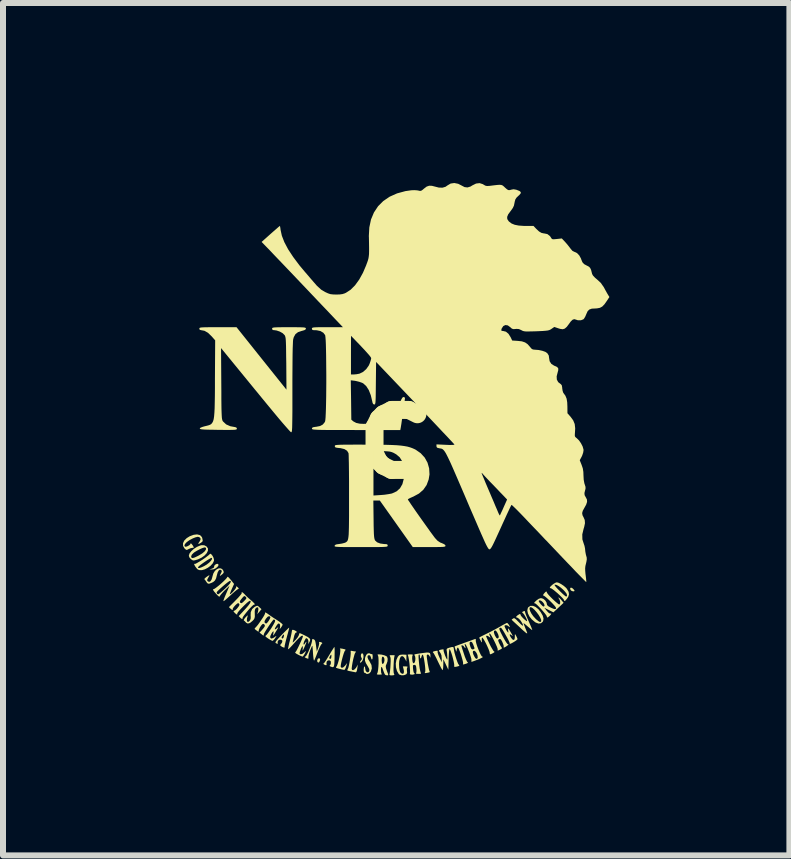
<source format=kicad_pcb>
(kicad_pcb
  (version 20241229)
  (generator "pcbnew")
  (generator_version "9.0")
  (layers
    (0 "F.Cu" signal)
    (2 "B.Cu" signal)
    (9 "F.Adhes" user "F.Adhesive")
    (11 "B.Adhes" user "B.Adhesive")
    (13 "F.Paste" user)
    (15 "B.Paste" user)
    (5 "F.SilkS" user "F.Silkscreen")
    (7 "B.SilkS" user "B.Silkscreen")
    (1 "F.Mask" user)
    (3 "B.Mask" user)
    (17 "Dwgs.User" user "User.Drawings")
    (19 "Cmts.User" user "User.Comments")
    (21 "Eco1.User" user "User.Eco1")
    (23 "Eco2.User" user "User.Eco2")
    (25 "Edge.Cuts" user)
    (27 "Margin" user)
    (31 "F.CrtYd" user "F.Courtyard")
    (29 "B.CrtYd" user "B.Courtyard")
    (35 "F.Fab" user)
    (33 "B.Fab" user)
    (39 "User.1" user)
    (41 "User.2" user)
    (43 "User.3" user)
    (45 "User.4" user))
  (footprint "c"
    (layer "F.Cu")
    (at 3.549 4.104)
    (property "Reference" "c" (at 0 0 0) (layer "F.SilkS") (effects (font (size 1.5 1.5) (thickness 0.3))))
    (attr board_only exclude_from_pos_files exclude_from_bom)
    (fp_poly (pts (xy -1.264 3.834) (xy -1.268 3.858) (xy -1.281 3.883) (xy -1.298 3.889) (xy -1.31 3.875) (xy -1.313 3.858) (xy -1.306 3.831) (xy -1.294 3.819) (xy -1.272 3.817)) (stroke (width 0) (type solid)) (fill yes) (layer "F.SilkS"))
    (fp_poly (pts (xy 2.938 2.647) (xy 2.96 2.667) (xy 2.975 2.687) (xy 2.976 2.693) (xy 2.967 2.701) (xy 2.945 2.7) (xy 2.923 2.691) (xy 2.916 2.686) (xy 2.903 2.664) (xy 2.905 2.645) (xy 2.918 2.639)) (stroke (width 0) (type solid)) (fill yes) (layer "F.SilkS"))
    (fp_poly (pts (xy -2.97 2.243) (xy -2.957 2.257) (xy -2.962 2.277) (xy -2.981 2.299) (xy -3.008 2.32) (xy -3.041 2.334) (xy -3.07 2.337) (xy -3.108 2.336) (xy -3.067 2.323) (xy -3.039 2.31) (xy -3.031 2.295) (xy -3.031 2.294) (xy -3.028 2.274) (xy -3.009 2.254) (xy -2.985 2.243)) (stroke (width 0) (type solid)) (fill yes) (layer "F.SilkS"))
    (fp_poly (pts (xy -0.548 3.744) (xy -0.541 3.771) (xy -0.542 3.806) (xy -0.552 3.843) (xy -0.556 3.851) (xy -0.573 3.876) (xy -0.589 3.89) (xy -0.599 3.887) (xy -0.6 3.881) (xy -0.593 3.866) (xy -0.58 3.85) (xy -0.567 3.829) (xy -0.573 3.811) (xy -0.575 3.809) (xy -0.585 3.784) (xy -0.584 3.757) (xy -0.573 3.737) (xy -0.563 3.733)) (stroke (width 0) (type solid)) (fill yes) (layer "F.SilkS"))
    (fp_poly (pts (xy -0.031 3.766) (xy -0.019 3.771) (xy -0.021 3.774) (xy -0.027 3.789) (xy -0.032 3.823) (xy -0.036 3.87) (xy -0.039 3.923) (xy -0.041 3.976) (xy -0.041 4.023) (xy -0.038 4.057) (xy -0.034 4.072) (xy -0.025 4.089) (xy -0.04 4.099) (xy -0.07 4.102) (xy -0.099 4.1) (xy -0.109 4.092) (xy -0.107 4.08) (xy -0.103 4.059) (xy -0.098 4.019) (xy -0.093 3.967) (xy -0.091 3.93) (xy -0.088 3.865) (xy -0.089 3.821) (xy -0.094 3.794) (xy -0.1 3.784) (xy -0.106 3.772) (xy -0.098 3.766) (xy -0.07 3.765) (xy -0.061 3.765)) (stroke (width 0) (type solid)) (fill yes) (layer "F.SilkS"))
    (fp_poly (pts (xy -0.894 3.657) (xy -0.855 3.666) (xy -0.839 3.674) (xy -0.842 3.683) (xy -0.849 3.688) (xy -0.858 3.704) (xy -0.871 3.738) (xy -0.885 3.784) (xy -0.899 3.835) (xy -0.911 3.885) (xy -0.919 3.927) (xy -0.921 3.954) (xy -0.92 3.96) (xy -0.905 3.976) (xy -0.881 3.97) (xy -0.852 3.944) (xy -0.845 3.936) (xy -0.814 3.896) (xy -0.83 3.951) (xy -0.842 3.985) (xy -0.854 4.006) (xy -0.858 4.009) (xy -0.875 4.008) (xy -0.909 4.001) (xy -0.941 3.993) (xy -0.981 3.982) (xy -0.999 3.973) (xy -1 3.964) (xy -0.995 3.96) (xy -0.983 3.941) (xy -0.969 3.904) (xy -0.955 3.856) (xy -0.943 3.802) (xy -0.933 3.75) (xy -0.928 3.705) (xy -0.927 3.674) (xy -0.93 3.665) (xy -0.935 3.655) (xy -0.925 3.653)) (stroke (width 0) (type solid)) (fill yes) (layer "F.SilkS"))
    (fp_poly (pts (xy 0.123 3.755) (xy 0.175 3.758) (xy 0.174 3.814) (xy 0.173 3.871) (xy 0.154 3.831) (xy 0.129 3.794) (xy 0.104 3.78) (xy 0.082 3.788) (xy 0.065 3.817) (xy 0.054 3.863) (xy 0.051 3.913) (xy 0.054 3.979) (xy 0.062 4.024) (xy 0.074 4.054) (xy 0.091 4.069) (xy 0.116 4.077) (xy 0.13 4.063) (xy 0.133 4.032) (xy 0.128 4.003) (xy 0.115 3.952) (xy 0.159 3.952) (xy 0.187 3.954) (xy 0.194 3.96) (xy 0.189 3.969) (xy 0.181 3.994) (xy 0.183 4.027) (xy 0.186 4.06) (xy 0.174 4.081) (xy 0.168 4.085) (xy 0.133 4.099) (xy 0.093 4.1) (xy 0.058 4.089) (xy 0.047 4.08) (xy 0.017 4.029) (xy -0.000037 3.968) (xy -0.003 3.903) (xy 0.008 3.842) (xy 0.032 3.79) (xy 0.053 3.767) (xy 0.076 3.758) (xy 0.112 3.755)) (stroke (width 0) (type solid)) (fill yes) (layer "F.SilkS"))
    (fp_poly (pts (xy 2.328 2.962) (xy 2.374 2.999) (xy 2.412 3.047) (xy 2.446 3.106) (xy 2.459 3.154) (xy 2.453 3.194) (xy 2.446 3.208) (xy 2.416 3.233) (xy 2.376 3.238) (xy 2.329 3.221) (xy 2.314 3.211) (xy 2.263 3.168) (xy 2.224 3.119) (xy 2.199 3.068) (xy 2.189 3.019) (xy 2.194 2.996) (xy 2.226 2.996) (xy 2.236 3.03) (xy 2.257 3.071) (xy 2.288 3.115) (xy 2.326 3.157) (xy 2.337 3.168) (xy 2.375 3.199) (xy 2.399 3.212) (xy 2.414 3.209) (xy 2.421 3.197) (xy 2.419 3.172) (xy 2.403 3.136) (xy 2.377 3.093) (xy 2.344 3.049) (xy 2.31 3.01) (xy 2.277 2.98) (xy 2.251 2.965) (xy 2.245 2.964) (xy 2.228 2.973) (xy 2.226 2.996) (xy 2.194 2.996) (xy 2.198 2.978) (xy 2.208 2.964) (xy 2.241 2.943) (xy 2.283 2.943)) (stroke (width 0) (type solid)) (fill yes) (layer "F.SilkS"))
    (fp_poly (pts (xy -0.734 3.694) (xy -0.7 3.7) (xy -0.683 3.702) (xy -0.667 3.704) (xy -0.67 3.714) (xy -0.678 3.724) (xy -0.688 3.744) (xy -0.699 3.782) (xy -0.712 3.832) (xy -0.723 3.885) (xy -0.732 3.937) (xy -0.737 3.979) (xy -0.738 3.993) (xy -0.73 4.012) (xy -0.712 4.014) (xy -0.689 4.001) (xy -0.666 3.976) (xy -0.659 3.964) (xy -0.636 3.921) (xy -0.643 3.976) (xy -0.651 4.021) (xy -0.66 4.044) (xy -0.672 4.051) (xy -0.673 4.051) (xy -0.689 4.047) (xy -0.721 4.041) (xy -0.744 4.036) (xy -0.786 4.028) (xy -0.807 4.021) (xy -0.812 4.013) (xy -0.806 4.002) (xy -0.804 3.999) (xy -0.795 3.979) (xy -0.785 3.94) (xy -0.775 3.89) (xy -0.766 3.836) (xy -0.758 3.784) (xy -0.754 3.741) (xy -0.754 3.714) (xy -0.754 3.712) (xy -0.756 3.694) (xy -0.741 3.692)) (stroke (width 0) (type solid)) (fill yes) (layer "F.SilkS"))
    (fp_poly (pts (xy -3.196 1.933) (xy -3.158 1.952) (xy -3.134 1.985) (xy -3.133 1.988) (xy -3.134 2.025) (xy -3.154 2.065) (xy -3.191 2.105) (xy -3.24 2.14) (xy -3.297 2.167) (xy -3.309 2.171) (xy -3.349 2.183) (xy -3.373 2.187) (xy -3.39 2.183) (xy -3.409 2.17) (xy -3.419 2.163) (xy -3.443 2.135) (xy -3.448 2.12) (xy -3.414 2.12) (xy -3.406 2.143) (xy -3.388 2.147) (xy -3.354 2.137) (xy -3.302 2.112) (xy -3.285 2.103) (xy -3.228 2.069) (xy -3.188 2.035) (xy -3.167 2.005) (xy -3.166 1.981) (xy -3.177 1.97) (xy -3.195 1.97) (xy -3.229 1.981) (xy -3.271 2) (xy -3.315 2.023) (xy -3.356 2.048) (xy -3.37 2.058) (xy -3.402 2.09) (xy -3.414 2.12) (xy -3.448 2.12) (xy -3.452 2.107) (xy -3.441 2.071) (xy -3.411 2.032) (xy -3.368 1.993) (xy -3.316 1.96) (xy -3.262 1.937) (xy -3.242 1.932)) (stroke (width 0) (type solid)) (fill yes) (layer "F.SilkS"))
    (fp_poly (pts (xy -2.29 2.953) (xy -2.273 2.969) (xy -2.241 2.998) (xy -2.276 3.041) (xy -2.312 3.083) (xy -2.298 3.036) (xy -2.292 2.997) (xy -2.297 2.972) (xy -2.313 2.966) (xy -2.335 2.98) (xy -2.348 3) (xy -2.354 3.031) (xy -2.353 3.077) (xy -2.352 3.12) (xy -2.357 3.148) (xy -2.369 3.171) (xy -2.393 3.196) (xy -2.434 3.229) (xy -2.47 3.238) (xy -2.498 3.223) (xy -2.504 3.216) (xy -2.523 3.195) (xy -2.535 3.188) (xy -2.536 3.177) (xy -2.521 3.152) (xy -2.505 3.133) (xy -2.483 3.11) (xy -2.471 3.102) (xy -2.47 3.108) (xy -2.483 3.153) (xy -2.485 3.187) (xy -2.477 3.208) (xy -2.462 3.211) (xy -2.439 3.193) (xy -2.437 3.19) (xy -2.422 3.162) (xy -2.42 3.126) (xy -2.422 3.109) (xy -2.42 3.049) (xy -2.397 2.997) (xy -2.357 2.961) (xy -2.352 2.958) (xy -2.323 2.944) (xy -2.307 2.942)) (stroke (width 0) (type solid)) (fill yes) (layer "F.SilkS"))
    (fp_poly (pts (xy -3.074 2.087) (xy -3.056 2.111) (xy -3.041 2.141) (xy -3.033 2.171) (xy -3.033 2.192) (xy -3.053 2.234) (xy -3.089 2.274) (xy -3.135 2.308) (xy -3.185 2.334) (xy -3.235 2.348) (xy -3.278 2.347) (xy -3.304 2.336) (xy -3.324 2.315) (xy -3.335 2.3) (xy -3.299 2.3) (xy -3.295 2.312) (xy -3.274 2.312) (xy -3.241 2.301) (xy -3.199 2.281) (xy -3.156 2.256) (xy -3.112 2.222) (xy -3.081 2.189) (xy -3.065 2.162) (xy -3.068 2.143) (xy -3.082 2.145) (xy -3.109 2.16) (xy -3.147 2.183) (xy -3.189 2.211) (xy -3.23 2.24) (xy -3.266 2.267) (xy -3.291 2.289) (xy -3.299 2.3) (xy -3.335 2.3) (xy -3.343 2.29) (xy -3.357 2.265) (xy -3.364 2.247) (xy -3.359 2.241) (xy -3.353 2.244) (xy -3.338 2.241) (xy -3.309 2.225) (xy -3.269 2.202) (xy -3.225 2.174) (xy -3.181 2.144) (xy -3.143 2.115) (xy -3.115 2.093) (xy -3.103 2.08) (xy -3.091 2.074)) (stroke (width 0) (type solid)) (fill yes) (layer "F.SilkS"))
    (fp_poly (pts (xy -0.431 3.74) (xy -0.41 3.748) (xy -0.401 3.746) (xy -0.392 3.751) (xy -0.388 3.779) (xy -0.388 3.789) (xy -0.391 3.824) (xy -0.399 3.838) (xy -0.409 3.83) (xy -0.417 3.802) (xy -0.429 3.773) (xy -0.45 3.764) (xy -0.45 3.764) (xy -0.47 3.773) (xy -0.475 3.797) (xy -0.463 3.832) (xy -0.438 3.872) (xy -0.408 3.929) (xy -0.402 3.986) (xy -0.419 4.04) (xy -0.441 4.066) (xy -0.47 4.078) (xy -0.496 4.075) (xy -0.507 4.064) (xy -0.522 4.057) (xy -0.526 4.059) (xy -0.533 4.052) (xy -0.537 4.027) (xy -0.538 4.009) (xy -0.535 3.975) (xy -0.529 3.955) (xy -0.525 3.952) (xy -0.516 3.963) (xy -0.513 3.987) (xy -0.506 4.021) (xy -0.49 4.044) (xy -0.47 4.052) (xy -0.452 4.042) (xy -0.444 4.026) (xy -0.445 3.996) (xy -0.467 3.954) (xy -0.471 3.948) (xy -0.501 3.898) (xy -0.516 3.858) (xy -0.516 3.82) (xy -0.511 3.796) (xy -0.494 3.758) (xy -0.47 3.736) (xy -0.443 3.733)) (stroke (width 0) (type solid)) (fill yes) (layer "F.SilkS"))
    (fp_poly (pts (xy 2.713 2.559) (xy 2.754 2.581) (xy 2.797 2.61) (xy 2.834 2.642) (xy 2.849 2.66) (xy 2.877 2.708) (xy 2.884 2.75) (xy 2.872 2.79) (xy 2.857 2.814) (xy 2.83 2.849) (xy 2.811 2.863) (xy 2.802 2.856) (xy 2.801 2.848) (xy 2.792 2.832) (xy 2.768 2.805) (xy 2.734 2.771) (xy 2.695 2.735) (xy 2.655 2.701) (xy 2.62 2.673) (xy 2.594 2.655) (xy 2.583 2.651) (xy 2.566 2.645) (xy 2.564 2.64) (xy 2.574 2.622) (xy 2.598 2.599) (xy 2.605 2.593) (xy 2.643 2.593) (xy 2.647 2.605) (xy 2.666 2.629) (xy 2.695 2.661) (xy 2.73 2.696) (xy 2.766 2.731) (xy 2.799 2.761) (xy 2.825 2.782) (xy 2.839 2.789) (xy 2.849 2.779) (xy 2.851 2.766) (xy 2.843 2.74) (xy 2.819 2.708) (xy 2.786 2.673) (xy 2.748 2.64) (xy 2.709 2.612) (xy 2.675 2.594) (xy 2.65 2.59) (xy 2.643 2.593) (xy 2.605 2.593) (xy 2.629 2.575) (xy 2.66 2.557) (xy 2.681 2.551)) (stroke (width 0) (type solid)) (fill yes) (layer "F.SilkS"))
    (fp_poly (pts (xy -2.916 2.319) (xy -2.888 2.339) (xy -2.879 2.354) (xy -2.87 2.379) (xy -2.875 2.396) (xy -2.896 2.418) (xy -2.898 2.419) (xy -2.925 2.44) (xy -2.935 2.443) (xy -2.93 2.426) (xy -2.918 2.403) (xy -2.904 2.375) (xy -2.905 2.357) (xy -2.911 2.349) (xy -2.933 2.339) (xy -2.954 2.353) (xy -2.972 2.387) (xy -2.984 2.43) (xy -2.998 2.485) (xy -3.017 2.521) (xy -3.046 2.546) (xy -3.073 2.559) (xy -3.109 2.573) (xy -3.132 2.573) (xy -3.149 2.559) (xy -3.16 2.542) (xy -3.178 2.516) (xy -3.192 2.501) (xy -3.192 2.5) (xy -3.19 2.489) (xy -3.171 2.472) (xy -3.167 2.468) (xy -3.131 2.443) (xy -3.112 2.433) (xy -3.109 2.439) (xy -3.121 2.46) (xy -3.126 2.469) (xy -3.143 2.5) (xy -3.147 2.518) (xy -3.138 2.532) (xy -3.137 2.533) (xy -3.114 2.544) (xy -3.091 2.533) (xy -3.072 2.503) (xy -3.059 2.458) (xy -3.058 2.452) (xy -3.043 2.402) (xy -3.018 2.361) (xy -2.985 2.332) (xy -2.95 2.317)) (stroke (width 0) (type solid)) (fill yes) (layer "F.SilkS"))
    (fp_poly (pts (xy -3.27 1.763) (xy -3.252 1.776) (xy -3.233 1.8) (xy -3.227 1.819) (xy -3.222 1.847) (xy -3.22 1.853) (xy -3.225 1.871) (xy -3.249 1.891) (xy -3.25 1.892) (xy -3.282 1.909) (xy -3.295 1.911) (xy -3.29 1.896) (xy -3.275 1.874) (xy -3.258 1.843) (xy -3.257 1.821) (xy -3.26 1.815) (xy -3.279 1.797) (xy -3.305 1.792) (xy -3.344 1.802) (xy -3.386 1.819) (xy -3.443 1.849) (xy -3.487 1.881) (xy -3.515 1.911) (xy -3.526 1.937) (xy -3.517 1.956) (xy -3.515 1.957) (xy -3.496 1.957) (xy -3.469 1.947) (xy -3.442 1.931) (xy -3.427 1.916) (xy -3.427 1.913) (xy -3.421 1.901) (xy -3.407 1.909) (xy -3.388 1.934) (xy -3.385 1.938) (xy -3.371 1.964) (xy -3.371 1.974) (xy -3.386 1.976) (xy -3.392 1.976) (xy -3.424 1.983) (xy -3.452 1.995) (xy -3.479 2.009) (xy -3.497 2.01) (xy -3.515 1.994) (xy -3.525 1.985) (xy -3.548 1.944) (xy -3.549 1.9) (xy -3.529 1.856) (xy -3.487 1.814) (xy -3.437 1.783) (xy -3.372 1.759) (xy -3.315 1.752)) (stroke (width 0) (type solid)) (fill yes) (layer "F.SilkS"))
    (fp_poly (pts (xy -1.781 3.319) (xy -1.789 3.351) (xy -1.801 3.398) (xy -1.817 3.455) (xy -1.819 3.464) (xy -1.835 3.523) (xy -1.847 3.573) (xy -1.855 3.609) (xy -1.856 3.628) (xy -1.856 3.628) (xy -1.857 3.638) (xy -1.873 3.637) (xy -1.897 3.627) (xy -1.91 3.618) (xy -1.929 3.602) (xy -1.927 3.59) (xy -1.921 3.585) (xy -1.903 3.561) (xy -1.895 3.543) (xy -1.895 3.52) (xy -1.914 3.508) (xy -1.944 3.508) (xy -1.966 3.524) (xy -1.973 3.55) (xy -1.972 3.554) (xy -1.969 3.573) (xy -1.979 3.575) (xy -2 3.565) (xy -2.008 3.558) (xy -2.007 3.547) (xy -1.997 3.529) (xy -1.974 3.502) (xy -1.952 3.478) (xy -1.906 3.478) (xy -1.906 3.478) (xy -1.891 3.489) (xy -1.877 3.477) (xy -1.871 3.461) (xy -1.865 3.429) (xy -1.868 3.419) (xy -1.883 3.43) (xy -1.889 3.437) (xy -1.904 3.461) (xy -1.906 3.478) (xy -1.952 3.478) (xy -1.937 3.462) (xy -1.904 3.427) (xy -1.86 3.382) (xy -1.823 3.345) (xy -1.796 3.319) (xy -1.781 3.306) (xy -1.78 3.306)) (stroke (width 0) (type solid)) (fill yes) (layer "F.SilkS"))
    (fp_poly (pts (xy -1.024 3.638) (xy -1.022 3.671) (xy -1.022 3.719) (xy -1.023 3.778) (xy -1.023 3.796) (xy -1.025 3.867) (xy -1.028 3.916) (xy -1.033 3.947) (xy -1.043 3.962) (xy -1.058 3.965) (xy -1.079 3.958) (xy -1.094 3.952) (xy -1.108 3.943) (xy -1.105 3.94) (xy -1.094 3.929) (xy -1.085 3.902) (xy -1.085 3.901) (xy -1.085 3.871) (xy -1.098 3.855) (xy -1.106 3.852) (xy -1.133 3.852) (xy -1.153 3.87) (xy -1.159 3.9) (xy -1.157 3.91) (xy -1.156 3.93) (xy -1.17 3.932) (xy -1.176 3.93) (xy -1.197 3.921) (xy -1.21 3.91) (xy -1.208 3.903) (xy -1.204 3.902) (xy -1.194 3.892) (xy -1.174 3.864) (xy -1.148 3.822) (xy -1.135 3.801) (xy -1.11 3.801) (xy -1.109 3.821) (xy -1.094 3.827) (xy -1.08 3.816) (xy -1.076 3.787) (xy -1.076 3.761) (xy -1.082 3.757) (xy -1.094 3.771) (xy -1.11 3.801) (xy -1.135 3.801) (xy -1.117 3.772) (xy -1.112 3.764) (xy -1.082 3.713) (xy -1.055 3.67) (xy -1.036 3.64) (xy -1.026 3.627) (xy -1.026 3.627)) (stroke (width 0) (type solid)) (fill yes) (layer "F.SilkS"))
    (fp_poly (pts (xy -1.372 3.5) (xy -1.358 3.509) (xy -1.347 3.526) (xy -1.34 3.556) (xy -1.332 3.605) (xy -1.332 3.609) (xy -1.319 3.707) (xy -1.296 3.642) (xy -1.285 3.602) (xy -1.279 3.57) (xy -1.281 3.557) (xy -1.281 3.544) (xy -1.265 3.545) (xy -1.26 3.546) (xy -1.233 3.556) (xy -1.227 3.566) (xy -1.24 3.58) (xy -1.241 3.58) (xy -1.253 3.598) (xy -1.271 3.633) (xy -1.292 3.681) (xy -1.308 3.721) (xy -1.328 3.773) (xy -1.346 3.817) (xy -1.359 3.846) (xy -1.364 3.856) (xy -1.369 3.849) (xy -1.374 3.822) (xy -1.379 3.779) (xy -1.382 3.744) (xy -1.385 3.69) (xy -1.389 3.645) (xy -1.392 3.616) (xy -1.393 3.608) (xy -1.399 3.613) (xy -1.41 3.637) (xy -1.426 3.675) (xy -1.431 3.687) (xy -1.447 3.734) (xy -1.457 3.774) (xy -1.46 3.801) (xy -1.459 3.803) (xy -1.458 3.821) (xy -1.473 3.822) (xy -1.48 3.82) (xy -1.507 3.809) (xy -1.521 3.797) (xy -1.518 3.79) (xy -1.511 3.789) (xy -1.498 3.778) (xy -1.481 3.749) (xy -1.46 3.708) (xy -1.44 3.659) (xy -1.421 3.61) (xy -1.407 3.565) (xy -1.399 3.53) (xy -1.398 3.518) (xy -1.396 3.498) (xy -1.382 3.497)) (stroke (width 0) (type solid)) (fill yes) (layer "F.SilkS"))
    (fp_poly (pts (xy -0.237 3.756) (xy -0.194 3.767) (xy -0.161 3.781) (xy -0.148 3.792) (xy -0.138 3.826) (xy -0.142 3.87) (xy -0.157 3.912) (xy -0.158 3.914) (xy -0.168 3.936) (xy -0.17 3.959) (xy -0.164 3.99) (xy -0.149 4.034) (xy -0.131 4.08) (xy -0.13 4.098) (xy -0.147 4.102) (xy -0.174 4.095) (xy -0.184 4.086) (xy -0.195 4.065) (xy -0.208 4.031) (xy -0.213 4.017) (xy -0.228 3.976) (xy -0.239 3.96) (xy -0.247 3.968) (xy -0.25 4) (xy -0.25 4.013) (xy -0.247 4.054) (xy -0.239 4.078) (xy -0.234 4.081) (xy -0.236 4.085) (xy -0.257 4.088) (xy -0.274 4.089) (xy -0.306 4.088) (xy -0.319 4.083) (xy -0.314 4.073) (xy -0.314 4.072) (xy -0.305 4.05) (xy -0.298 4.01) (xy -0.293 3.959) (xy -0.29 3.904) (xy -0.29 3.852) (xy -0.238 3.852) (xy -0.234 3.893) (xy -0.226 3.912) (xy -0.213 3.908) (xy -0.198 3.884) (xy -0.191 3.851) (xy -0.194 3.819) (xy -0.206 3.796) (xy -0.219 3.789) (xy -0.231 3.796) (xy -0.236 3.82) (xy -0.238 3.852) (xy -0.29 3.852) (xy -0.29 3.85) (xy -0.292 3.806) (xy -0.297 3.777) (xy -0.3 3.771) (xy -0.308 3.757) (xy -0.297 3.752) (xy -0.28 3.752)) (stroke (width 0) (type solid)) (fill yes) (layer "F.SilkS"))
    (fp_poly (pts (xy 2.15 3.036) (xy 2.151 3.045) (xy 2.156 3.064) (xy 2.169 3.1) (xy 2.189 3.148) (xy 2.213 3.203) (xy 2.214 3.204) (xy 2.237 3.258) (xy 2.256 3.302) (xy 2.268 3.334) (xy 2.272 3.347) (xy 2.272 3.347) (xy 2.262 3.342) (xy 2.238 3.323) (xy 2.205 3.294) (xy 2.197 3.288) (xy 2.164 3.259) (xy 2.139 3.239) (xy 2.127 3.232) (xy 2.126 3.232) (xy 2.13 3.247) (xy 2.142 3.278) (xy 2.157 3.317) (xy 2.173 3.356) (xy 2.184 3.385) (xy 2.189 3.398) (xy 2.181 3.402) (xy 2.16 3.388) (xy 2.123 3.356) (xy 2.101 3.336) (xy 2.058 3.295) (xy 2.012 3.253) (xy 1.978 3.222) (xy 1.95 3.196) (xy 1.932 3.178) (xy 1.928 3.172) (xy 1.94 3.163) (xy 1.953 3.154) (xy 1.966 3.148) (xy 1.981 3.153) (xy 2.003 3.171) (xy 2.037 3.205) (xy 2.039 3.207) (xy 2.08 3.249) (xy 2.107 3.271) (xy 2.118 3.273) (xy 2.115 3.255) (xy 2.106 3.236) (xy 2.08 3.193) (xy 2.052 3.16) (xy 2.026 3.141) (xy 2.018 3.139) (xy 2.002 3.133) (xy 2.007 3.118) (xy 2.03 3.098) (xy 2.032 3.097) (xy 2.06 3.08) (xy 2.073 3.079) (xy 2.076 3.092) (xy 2.076 3.094) (xy 2.084 3.109) (xy 2.104 3.133) (xy 2.13 3.159) (xy 2.157 3.182) (xy 2.177 3.196) (xy 2.185 3.197) (xy 2.184 3.183) (xy 2.173 3.155) (xy 2.156 3.122) (xy 2.138 3.091) (xy 2.121 3.069) (xy 2.116 3.065) (xy 2.102 3.053) (xy 2.11 3.042) (xy 2.114 3.039) (xy 2.139 3.028)) (stroke (width 0) (type solid)) (fill yes) (layer "F.SilkS"))
    (fp_poly (pts (xy -2.793 2.465) (xy -2.766 2.494) (xy -2.737 2.529) (xy -2.698 2.578) (xy -2.737 2.664) (xy -2.754 2.706) (xy -2.766 2.736) (xy -2.77 2.751) (xy -2.769 2.751) (xy -2.752 2.742) (xy -2.727 2.72) (xy -2.7 2.69) (xy -2.677 2.661) (xy -2.665 2.639) (xy -2.664 2.635) (xy -2.663 2.618) (xy -2.655 2.619) (xy -2.638 2.633) (xy -2.621 2.65) (xy -2.622 2.659) (xy -2.635 2.665) (xy -2.653 2.677) (xy -2.684 2.702) (xy -2.724 2.737) (xy -2.767 2.776) (xy -2.809 2.814) (xy -2.843 2.844) (xy -2.867 2.862) (xy -2.876 2.865) (xy -2.876 2.865) (xy -2.874 2.852) (xy -2.866 2.828) (xy -2.851 2.789) (xy -2.827 2.733) (xy -2.795 2.658) (xy -2.774 2.608) (xy -2.857 2.688) (xy -2.893 2.726) (xy -2.921 2.759) (xy -2.937 2.782) (xy -2.939 2.789) (xy -2.947 2.79) (xy -2.966 2.775) (xy -2.994 2.746) (xy -2.995 2.745) (xy -3.017 2.719) (xy -2.989 2.719) (xy -2.98 2.743) (xy -2.962 2.751) (xy -2.95 2.743) (xy -2.923 2.722) (xy -2.886 2.69) (xy -2.853 2.661) (xy -2.802 2.611) (xy -2.768 2.572) (xy -2.752 2.544) (xy -2.755 2.529) (xy -2.765 2.526) (xy -2.781 2.534) (xy -2.81 2.555) (xy -2.848 2.585) (xy -2.888 2.619) (xy -2.927 2.654) (xy -2.96 2.685) (xy -2.982 2.708) (xy -2.989 2.719) (xy -3.017 2.719) (xy -3.029 2.706) (xy -3.046 2.681) (xy -3.049 2.668) (xy -3.039 2.664) (xy -3.037 2.664) (xy -3.02 2.656) (xy -2.991 2.635) (xy -2.953 2.605) (xy -2.912 2.57) (xy -2.873 2.534) (xy -2.841 2.502) (xy -2.82 2.478) (xy -2.814 2.468) (xy -2.809 2.457)) (stroke (width 0) (type solid)) (fill yes) (layer "F.SilkS"))
    (fp_poly (pts (xy 0.961 3.638) (xy 0.963 3.652) (xy 0.967 3.682) (xy 0.976 3.726) (xy 0.99 3.776) (xy 1.006 3.828) (xy 1.022 3.874) (xy 1.036 3.908) (xy 1.046 3.923) (xy 1.057 3.935) (xy 1.05 3.945) (xy 1.021 3.954) (xy 1.005 3.957) (xy 0.979 3.961) (xy 0.97 3.954) (xy 0.971 3.937) (xy 0.97 3.913) (xy 0.963 3.875) (xy 0.952 3.828) (xy 0.939 3.778) (xy 0.924 3.731) (xy 0.91 3.692) (xy 0.899 3.668) (xy 0.894 3.664) (xy 0.889 3.676) (xy 0.884 3.709) (xy 0.881 3.759) (xy 0.878 3.821) (xy 0.878 3.836) (xy 0.873 4.008) (xy 0.832 3.921) (xy 0.79 3.833) (xy 0.789 3.924) (xy 0.787 3.968) (xy 0.783 4) (xy 0.778 4.014) (xy 0.777 4.014) (xy 0.768 4.004) (xy 0.751 3.975) (xy 0.729 3.931) (xy 0.703 3.878) (xy 0.701 3.874) (xy 0.675 3.819) (xy 0.651 3.773) (xy 0.633 3.74) (xy 0.622 3.725) (xy 0.621 3.724) (xy 0.613 3.713) (xy 0.626 3.703) (xy 0.661 3.694) (xy 0.688 3.691) (xy 0.696 3.697) (xy 0.694 3.704) (xy 0.695 3.724) (xy 0.706 3.759) (xy 0.724 3.801) (xy 0.725 3.803) (xy 0.763 3.883) (xy 0.763 3.819) (xy 0.758 3.767) (xy 0.742 3.729) (xy 0.736 3.722) (xy 0.719 3.697) (xy 0.718 3.684) (xy 0.737 3.676) (xy 0.76 3.671) (xy 0.787 3.667) (xy 0.795 3.673) (xy 0.793 3.68) (xy 0.795 3.698) (xy 0.804 3.729) (xy 0.817 3.767) (xy 0.832 3.802) (xy 0.846 3.829) (xy 0.855 3.839) (xy 0.857 3.828) (xy 0.856 3.8) (xy 0.854 3.762) (xy 0.851 3.723) (xy 0.846 3.69) (xy 0.844 3.682) (xy 0.845 3.663) (xy 0.86 3.65) (xy 0.887 3.641) (xy 0.928 3.63) (xy 0.951 3.629)) (stroke (width 0) (type solid)) (fill yes) (layer "F.SilkS"))
    (fp_poly (pts (xy 2.514 2.717) (xy 2.522 2.733) (xy 2.544 2.761) (xy 2.576 2.795) (xy 2.613 2.832) (xy 2.651 2.867) (xy 2.685 2.896) (xy 2.711 2.916) (xy 2.725 2.921) (xy 2.725 2.921) (xy 2.737 2.9) (xy 2.736 2.868) (xy 2.723 2.834) (xy 2.719 2.829) (xy 2.707 2.808) (xy 2.709 2.803) (xy 2.723 2.812) (xy 2.745 2.834) (xy 2.757 2.848) (xy 2.794 2.892) (xy 2.709 2.972) (xy 2.624 3.051) (xy 2.548 3.013) (xy 2.472 2.974) (xy 2.513 3.026) (xy 2.541 3.056) (xy 2.564 3.071) (xy 2.572 3.071) (xy 2.587 3.07) (xy 2.585 3.082) (xy 2.567 3.105) (xy 2.56 3.112) (xy 2.533 3.134) (xy 2.518 3.137) (xy 2.514 3.12) (xy 2.514 3.119) (xy 2.506 3.102) (xy 2.484 3.072) (xy 2.453 3.035) (xy 2.418 2.995) (xy 2.382 2.957) (xy 2.35 2.925) (xy 2.327 2.906) (xy 2.318 2.901) (xy 2.304 2.899) (xy 2.306 2.888) (xy 2.326 2.867) (xy 2.327 2.866) (xy 2.379 2.866) (xy 2.392 2.888) (xy 2.415 2.917) (xy 2.444 2.947) (xy 2.465 2.956) (xy 2.475 2.944) (xy 2.476 2.934) (xy 2.467 2.908) (xy 2.445 2.879) (xy 2.419 2.858) (xy 2.4 2.851) (xy 2.382 2.854) (xy 2.379 2.866) (xy 2.327 2.866) (xy 2.342 2.852) (xy 2.38 2.825) (xy 2.416 2.814) (xy 2.417 2.814) (xy 2.454 2.825) (xy 2.487 2.852) (xy 2.509 2.887) (xy 2.514 2.91) (xy 2.519 2.929) (xy 2.537 2.948) (xy 2.573 2.968) (xy 2.582 2.973) (xy 2.623 2.991) (xy 2.649 2.998) (xy 2.664 2.993) (xy 2.666 2.991) (xy 2.669 2.981) (xy 2.661 2.964) (xy 2.64 2.937) (xy 2.603 2.897) (xy 2.576 2.87) (xy 2.531 2.827) (xy 2.493 2.794) (xy 2.466 2.774) (xy 2.454 2.77) (xy 2.45 2.766) (xy 2.46 2.748) (xy 2.466 2.739) (xy 2.493 2.71) (xy 2.509 2.703)) (stroke (width 0) (type solid)) (fill yes) (layer "F.SilkS"))
    (fp_poly (pts (xy -2.564 2.715) (xy -2.546 2.727) (xy -2.525 2.747) (xy -2.524 2.748) (xy -2.5 2.774) (xy -2.464 2.808) (xy -2.424 2.843) (xy -2.423 2.844) (xy -2.388 2.874) (xy -2.363 2.9) (xy -2.351 2.915) (xy -2.351 2.916) (xy -2.359 2.923) (xy -2.362 2.921) (xy -2.375 2.927) (xy -2.399 2.948) (xy -2.43 2.98) (xy -2.464 3.018) (xy -2.498 3.059) (xy -2.528 3.097) (xy -2.549 3.127) (xy -2.558 3.146) (xy -2.558 3.148) (xy -2.557 3.163) (xy -2.571 3.16) (xy -2.594 3.141) (xy -2.596 3.139) (xy -2.621 3.114) (xy -2.559 3.048) (xy -2.501 2.985) (xy -2.46 2.937) (xy -2.434 2.902) (xy -2.422 2.878) (xy -2.423 2.863) (xy -2.424 2.861) (xy -2.435 2.858) (xy -2.454 2.869) (xy -2.484 2.893) (xy -2.526 2.933) (xy -2.545 2.952) (xy -2.586 2.994) (xy -2.619 3.031) (xy -2.64 3.059) (xy -2.646 3.073) (xy -2.646 3.073) (xy -2.645 3.088) (xy -2.657 3.085) (xy -2.68 3.067) (xy -2.689 3.058) (xy -2.706 3.037) (xy -2.706 3.028) (xy -2.698 3.026) (xy -2.68 3.017) (xy -2.654 2.994) (xy -2.639 2.976) (xy -2.616 2.945) (xy -2.608 2.924) (xy -2.613 2.909) (xy -2.615 2.907) (xy -2.626 2.898) (xy -2.64 2.901) (xy -2.663 2.92) (xy -2.679 2.935) (xy -2.704 2.964) (xy -2.719 2.988) (xy -2.721 2.998) (xy -2.72 3.012) (xy -2.733 3.009) (xy -2.758 2.989) (xy -2.784 2.964) (xy -2.696 2.876) (xy -2.602 2.876) (xy -2.599 2.886) (xy -2.585 2.898) (xy -2.572 2.898) (xy -2.551 2.883) (xy -2.526 2.858) (xy -2.501 2.831) (xy -2.492 2.814) (xy -2.497 2.801) (xy -2.505 2.792) (xy -2.519 2.781) (xy -2.532 2.781) (xy -2.549 2.797) (xy -2.569 2.82) (xy -2.595 2.854) (xy -2.602 2.876) (xy -2.696 2.876) (xy -2.673 2.852) (xy -2.631 2.809) (xy -2.598 2.771) (xy -2.576 2.743) (xy -2.569 2.728) (xy -2.569 2.727) (xy -2.574 2.714)) (stroke (width 0) (type solid)) (fill yes) (layer "F.SilkS"))
    (fp_poly (pts (xy -1.694 3.349) (xy -1.683 3.354) (xy -1.658 3.369) (xy -1.651 3.382) (xy -1.664 3.389) (xy -1.668 3.389) (xy -1.68 3.401) (xy -1.693 3.433) (xy -1.7 3.461) (xy -1.71 3.503) (xy -1.718 3.537) (xy -1.722 3.552) (xy -1.718 3.553) (xy -1.7 3.538) (xy -1.674 3.511) (xy -1.671 3.508) (xy -1.641 3.472) (xy -1.621 3.438) (xy -1.614 3.417) (xy -1.612 3.404) (xy -1.606 3.399) (xy -1.591 3.402) (xy -1.562 3.415) (xy -1.519 3.436) (xy -1.469 3.462) (xy -1.44 3.484) (xy -1.429 3.504) (xy -1.433 3.527) (xy -1.446 3.552) (xy -1.465 3.583) (xy -1.459 3.548) (xy -1.461 3.519) (xy -1.472 3.495) (xy -1.488 3.482) (xy -1.502 3.485) (xy -1.513 3.503) (xy -1.528 3.533) (xy -1.532 3.542) (xy -1.541 3.573) (xy -1.538 3.589) (xy -1.527 3.585) (xy -1.513 3.563) (xy -1.5 3.545) (xy -1.493 3.543) (xy -1.495 3.556) (xy -1.506 3.585) (xy -1.523 3.625) (xy -1.524 3.628) (xy -1.543 3.668) (xy -1.553 3.686) (xy -1.557 3.685) (xy -1.555 3.667) (xy -1.554 3.661) (xy -1.552 3.631) (xy -1.554 3.615) (xy -1.556 3.614) (xy -1.566 3.625) (xy -1.58 3.651) (xy -1.593 3.684) (xy -1.604 3.716) (xy -1.607 3.737) (xy -1.606 3.74) (xy -1.587 3.751) (xy -1.559 3.743) (xy -1.531 3.721) (xy -1.511 3.702) (xy -1.501 3.695) (xy -1.501 3.696) (xy -1.507 3.715) (xy -1.521 3.743) (xy -1.538 3.77) (xy -1.552 3.787) (xy -1.556 3.789) (xy -1.574 3.783) (xy -1.606 3.769) (xy -1.63 3.757) (xy -1.664 3.738) (xy -1.679 3.725) (xy -1.677 3.714) (xy -1.672 3.71) (xy -1.661 3.694) (xy -1.643 3.661) (xy -1.621 3.617) (xy -1.598 3.568) (xy -1.577 3.521) (xy -1.56 3.481) (xy -1.551 3.455) (xy -1.551 3.45) (xy -1.558 3.438) (xy -1.578 3.446) (xy -1.612 3.474) (xy -1.658 3.522) (xy -1.691 3.559) (xy -1.73 3.603) (xy -1.763 3.638) (xy -1.786 3.66) (xy -1.798 3.667) (xy -1.798 3.667) (xy -1.797 3.65) (xy -1.79 3.615) (xy -1.78 3.567) (xy -1.77 3.529) (xy -1.756 3.472) (xy -1.745 3.422) (xy -1.738 3.385) (xy -1.736 3.371) (xy -1.731 3.347) (xy -1.719 3.341)) (stroke (width 0) (type solid)) (fill yes) (layer "F.SilkS"))
    (fp_poly (pts (xy 0.546 3.722) (xy 0.565 3.731) (xy 0.573 3.75) (xy 0.574 3.777) (xy 0.574 3.808) (xy 0.56 3.78) (xy 0.543 3.758) (xy 0.525 3.753) (xy 0.514 3.765) (xy 0.513 3.774) (xy 0.515 3.809) (xy 0.522 3.855) (xy 0.53 3.907) (xy 0.54 3.957) (xy 0.549 4) (xy 0.558 4.03) (xy 0.563 4.04) (xy 0.563 4.048) (xy 0.542 4.055) (xy 0.537 4.056) (xy 0.499 4.063) (xy 0.481 4.063) (xy 0.48 4.056) (xy 0.485 4.049) (xy 0.489 4.031) (xy 0.489 3.997) (xy 0.485 3.951) (xy 0.479 3.9) (xy 0.471 3.849) (xy 0.463 3.804) (xy 0.454 3.771) (xy 0.446 3.756) (xy 0.444 3.756) (xy 0.432 3.77) (xy 0.427 3.784) (xy 0.418 3.812) (xy 0.408 3.82) (xy 0.401 3.807) (xy 0.4 3.792) (xy 0.397 3.764) (xy 0.388 3.752) (xy 0.388 3.752) (xy 0.38 3.757) (xy 0.376 3.775) (xy 0.377 3.809) (xy 0.381 3.862) (xy 0.388 3.932) (xy 0.395 3.984) (xy 0.404 4.027) (xy 0.412 4.055) (xy 0.415 4.061) (xy 0.418 4.071) (xy 0.405 4.076) (xy 0.374 4.077) (xy 0.344 4.075) (xy 0.331 4.07) (xy 0.333 4.067) (xy 0.341 4.048) (xy 0.342 4.009) (xy 0.341 3.993) (xy 0.336 3.954) (xy 0.328 3.934) (xy 0.315 3.927) (xy 0.307 3.927) (xy 0.291 3.929) (xy 0.283 3.939) (xy 0.283 3.963) (xy 0.285 3.993) (xy 0.29 4.03) (xy 0.297 4.056) (xy 0.302 4.062) (xy 0.314 4.073) (xy 0.306 4.083) (xy 0.282 4.089) (xy 0.269 4.09) (xy 0.24 4.087) (xy 0.231 4.077) (xy 0.233 4.072) (xy 0.235 4.05) (xy 0.234 4.01) (xy 0.23 3.959) (xy 0.225 3.904) (xy 0.218 3.851) (xy 0.21 3.806) (xy 0.203 3.777) (xy 0.2 3.77) (xy 0.194 3.759) (xy 0.204 3.753) (xy 0.235 3.752) (xy 0.238 3.752) (xy 0.27 3.753) (xy 0.281 3.759) (xy 0.278 3.767) (xy 0.271 3.789) (xy 0.27 3.825) (xy 0.272 3.843) (xy 0.278 3.88) (xy 0.287 3.897) (xy 0.299 3.899) (xy 0.312 3.885) (xy 0.321 3.856) (xy 0.324 3.821) (xy 0.32 3.788) (xy 0.312 3.77) (xy 0.306 3.762) (xy 0.307 3.755) (xy 0.318 3.75) (xy 0.342 3.745) (xy 0.384 3.738) (xy 0.447 3.729) (xy 0.456 3.728) (xy 0.511 3.721)) (stroke (width 0) (type solid)) (fill yes) (layer "F.SilkS"))
    (fp_poly (pts (xy 1.33 3.51) (xy 1.33 3.513) (xy 1.331 3.536) (xy 1.34 3.574) (xy 1.355 3.62) (xy 1.374 3.67) (xy 1.394 3.718) (xy 1.413 3.757) (xy 1.429 3.783) (xy 1.437 3.789) (xy 1.45 3.793) (xy 1.44 3.803) (xy 1.41 3.819) (xy 1.361 3.84) (xy 1.347 3.845) (xy 1.305 3.861) (xy 1.274 3.872) (xy 1.259 3.877) (xy 1.258 3.877) (xy 1.257 3.866) (xy 1.258 3.849) (xy 1.256 3.825) (xy 1.245 3.787) (xy 1.229 3.74) (xy 1.223 3.722) (xy 1.281 3.722) (xy 1.29 3.753) (xy 1.306 3.787) (xy 1.323 3.814) (xy 1.34 3.827) (xy 1.341 3.827) (xy 1.36 3.817) (xy 1.363 3.801) (xy 1.358 3.763) (xy 1.343 3.729) (xy 1.324 3.703) (xy 1.304 3.69) (xy 1.286 3.696) (xy 1.283 3.7) (xy 1.281 3.722) (xy 1.223 3.722) (xy 1.21 3.69) (xy 1.191 3.643) (xy 1.172 3.605) (xy 1.158 3.583) (xy 1.154 3.58) (xy 1.144 3.581) (xy 1.147 3.599) (xy 1.151 3.609) (xy 1.159 3.637) (xy 1.156 3.649) (xy 1.146 3.64) (xy 1.139 3.628) (xy 1.121 3.607) (xy 1.106 3.602) (xy 1.097 3.601) (xy 1.092 3.602) (xy 1.091 3.609) (xy 1.095 3.626) (xy 1.104 3.656) (xy 1.12 3.704) (xy 1.131 3.738) (xy 1.149 3.792) (xy 1.167 3.836) (xy 1.182 3.867) (xy 1.189 3.878) (xy 1.2 3.887) (xy 1.196 3.895) (xy 1.172 3.906) (xy 1.153 3.912) (xy 1.126 3.92) (xy 1.116 3.917) (xy 1.119 3.904) (xy 1.118 3.884) (xy 1.11 3.848) (xy 1.097 3.802) (xy 1.082 3.752) (xy 1.065 3.705) (xy 1.05 3.666) (xy 1.037 3.642) (xy 1.032 3.637) (xy 1.021 3.646) (xy 1.013 3.671) (xy 1.013 3.671) (xy 1.006 3.708) (xy 0.991 3.665) (xy 0.981 3.637) (xy 0.978 3.62) (xy 0.979 3.619) (xy 0.991 3.614) (xy 1.023 3.602) (xy 1.069 3.585) (xy 1.092 3.577) (xy 1.227 3.577) (xy 1.239 3.621) (xy 1.243 3.633) (xy 1.258 3.661) (xy 1.275 3.67) (xy 1.288 3.668) (xy 1.307 3.657) (xy 1.309 3.647) (xy 1.302 3.627) (xy 1.29 3.594) (xy 1.287 3.586) (xy 1.269 3.551) (xy 1.248 3.539) (xy 1.23 3.549) (xy 1.227 3.577) (xy 1.092 3.577) (xy 1.125 3.565) (xy 1.138 3.56) (xy 1.198 3.539) (xy 1.251 3.52) (xy 1.291 3.505) (xy 1.314 3.497) (xy 1.315 3.496) (xy 1.33 3.494)) (stroke (width 0) (type solid)) (fill yes) (layer "F.SilkS"))
    (fp_poly (pts (xy -2.166 3.057) (xy -2.133 3.078) (xy -2.123 3.086) (xy -2.091 3.109) (xy -2.047 3.139) (xy -1.997 3.171) (xy -1.983 3.18) (xy -1.941 3.208) (xy -1.909 3.233) (xy -1.891 3.25) (xy -1.889 3.255) (xy -1.896 3.275) (xy -1.914 3.302) (xy -1.914 3.302) (xy -1.938 3.333) (xy -1.931 3.295) (xy -1.932 3.257) (xy -1.942 3.241) (xy -1.955 3.236) (xy -1.97 3.245) (xy -1.991 3.273) (xy -1.994 3.278) (xy -2.015 3.313) (xy -2.02 3.333) (xy -2.01 3.335) (xy -1.987 3.318) (xy -1.981 3.313) (xy -1.966 3.3) (xy -1.962 3.301) (xy -1.969 3.317) (xy -1.989 3.352) (xy -1.995 3.361) (xy -2.018 3.399) (xy -2.036 3.427) (xy -2.046 3.439) (xy -2.046 3.439) (xy -2.047 3.429) (xy -2.043 3.403) (xy -2.043 3.402) (xy -2.039 3.373) (xy -2.045 3.367) (xy -2.06 3.383) (xy -2.076 3.408) (xy -2.095 3.449) (xy -2.094 3.477) (xy -2.078 3.488) (xy -2.047 3.48) (xy -2.02 3.462) (xy -1.998 3.446) (xy -1.992 3.445) (xy -1.999 3.459) (xy -2.024 3.497) (xy -2.047 3.521) (xy -2.059 3.527) (xy -2.074 3.52) (xy -2.104 3.504) (xy -2.131 3.487) (xy -2.164 3.463) (xy -2.177 3.448) (xy -2.172 3.44) (xy -2.172 3.44) (xy -2.157 3.427) (xy -2.133 3.397) (xy -2.104 3.355) (xy -2.077 3.315) (xy -2.043 3.258) (xy -2.022 3.219) (xy -2.013 3.194) (xy -2.016 3.18) (xy -2.032 3.17) (xy -2.039 3.171) (xy -2.053 3.186) (xy -2.076 3.216) (xy -2.105 3.257) (xy -2.135 3.302) (xy -2.163 3.346) (xy -2.186 3.383) (xy -2.199 3.408) (xy -2.2 3.412) (xy -2.208 3.441) (xy -2.241 3.415) (xy -2.274 3.389) (xy -2.237 3.35) (xy -2.203 3.31) (xy -2.186 3.283) (xy -2.186 3.263) (xy -2.197 3.25) (xy -2.212 3.242) (xy -2.227 3.249) (xy -2.247 3.271) (xy -2.269 3.305) (xy -2.284 3.339) (xy -2.284 3.342) (xy -2.292 3.376) (xy -2.328 3.35) (xy -2.351 3.332) (xy -2.355 3.319) (xy -2.346 3.31) (xy -2.327 3.29) (xy -2.3 3.258) (xy -2.27 3.216) (xy -2.269 3.214) (xy -2.191 3.214) (xy -2.187 3.223) (xy -2.17 3.237) (xy -2.154 3.234) (xy -2.134 3.211) (xy -2.119 3.19) (xy -2.101 3.158) (xy -2.093 3.134) (xy -2.094 3.127) (xy -2.113 3.114) (xy -2.138 3.124) (xy -2.167 3.157) (xy -2.169 3.16) (xy -2.188 3.193) (xy -2.191 3.214) (xy -2.269 3.214) (xy -2.24 3.172) (xy -2.212 3.13) (xy -2.192 3.095) (xy -2.182 3.072) (xy -2.182 3.068) (xy -2.182 3.053)) (stroke (width 0) (type solid)) (fill yes) (layer "F.SilkS"))
    (fp_poly (pts (xy -2.241 -1.18) (xy -1.825 -0.66) (xy -1.828 -1.097) (xy -1.83 -1.214) (xy -1.831 -1.308) (xy -1.832 -1.383) (xy -1.834 -1.441) (xy -1.836 -1.484) (xy -1.839 -1.516) (xy -1.843 -1.538) (xy -1.848 -1.554) (xy -1.853 -1.565) (xy -1.855 -1.568) (xy -1.888 -1.601) (xy -1.936 -1.628) (xy -1.989 -1.646) (xy -2.023 -1.651) (xy -2.052 -1.654) (xy -2.063 -1.667) (xy -2.064 -1.676) (xy -2.063 -1.684) (xy -2.058 -1.69) (xy -2.046 -1.694) (xy -2.025 -1.697) (xy -1.99 -1.699) (xy -1.94 -1.7) (xy -1.87 -1.701) (xy -1.782 -1.701) (xy -1.691 -1.701) (xy -1.622 -1.7) (xy -1.572 -1.699) (xy -1.538 -1.697) (xy -1.517 -1.694) (xy -1.506 -1.689) (xy -1.501 -1.683) (xy -1.501 -1.678) (xy -1.507 -1.663) (xy -1.528 -1.651) (xy -1.569 -1.639) (xy -1.571 -1.639) (xy -1.633 -1.618) (xy -1.675 -1.585) (xy -1.703 -1.535) (xy -1.713 -1.499) (xy -1.716 -1.471) (xy -1.718 -1.419) (xy -1.721 -1.343) (xy -1.723 -1.244) (xy -1.724 -1.123) (xy -1.725 -0.98) (xy -1.726 -0.816) (xy -1.726 -0.693) (xy -1.726 -0.538) (xy -1.726 -0.406) (xy -1.726 -0.296) (xy -1.727 -0.204) (xy -1.728 -0.131) (xy -1.729 -0.073) (xy -1.73 -0.029) (xy -1.732 0.004) (xy -1.734 0.026) (xy -1.737 0.039) (xy -1.741 0.047) (xy -1.745 0.049) (xy -1.748 0.05) (xy -1.76 0.04) (xy -1.787 0.011) (xy -1.828 -0.035) (xy -1.883 -0.098) (xy -1.951 -0.178) (xy -2.03 -0.273) (xy -2.121 -0.383) (xy -2.223 -0.507) (xy -2.335 -0.644) (xy -2.342 -0.652) (xy -2.915 -1.353) (xy -2.911 -0.759) (xy -2.91 -0.621) (xy -2.91 -0.507) (xy -2.909 -0.413) (xy -2.908 -0.337) (xy -2.906 -0.278) (xy -2.904 -0.232) (xy -2.902 -0.198) (xy -2.899 -0.174) (xy -2.895 -0.157) (xy -2.891 -0.144) (xy -2.886 -0.135) (xy -2.881 -0.129) (xy -2.83 -0.081) (xy -2.762 -0.051) (xy -2.715 -0.042) (xy -2.676 -0.035) (xy -2.657 -0.026) (xy -2.651 -0.012) (xy -2.651 -0.011) (xy -2.652 -0.003) (xy -2.658 0.002) (xy -2.67 0.006) (xy -2.692 0.009) (xy -2.727 0.01) (xy -2.778 0.011) (xy -2.847 0.011) (xy -2.937 0.01) (xy -2.961 0.01) (xy -3.059 0.008) (xy -3.134 0.007) (xy -3.19 0.005) (xy -3.229 0.002) (xy -3.253 -0.001) (xy -3.266 -0.006) (xy -3.27 -0.011) (xy -3.27 -0.012) (xy -3.258 -0.026) (xy -3.222 -0.04) (xy -3.187 -0.05) (xy -3.153 -0.058) (xy -3.123 -0.066) (xy -3.098 -0.075) (xy -3.078 -0.088) (xy -3.062 -0.107) (xy -3.048 -0.133) (xy -3.038 -0.168) (xy -3.031 -0.214) (xy -3.026 -0.274) (xy -3.022 -0.35) (xy -3.02 -0.442) (xy -3.018 -0.554) (xy -3.017 -0.687) (xy -3.017 -0.838) (xy -3.013 -1.482) (xy -3.072 -1.549) (xy -3.132 -1.607) (xy -3.191 -1.641) (xy -3.245 -1.651) (xy -3.27 -1.657) (xy -3.277 -1.676) (xy -3.276 -1.684) (xy -3.271 -1.69) (xy -3.26 -1.694) (xy -3.24 -1.697) (xy -3.207 -1.699) (xy -3.159 -1.7) (xy -3.094 -1.701) (xy -3.007 -1.701) (xy -2.967 -1.701) (xy -2.657 -1.701)) (stroke (width 0) (type solid)) (fill yes) (layer "F.SilkS"))
    (fp_poly (pts (xy -0.424 0.257) (xy -0.287 0.258) (xy -0.17 0.259) (xy -0.071 0.262) (xy 0.013 0.266) (xy 0.082 0.272) (xy 0.141 0.28) (xy 0.191 0.289) (xy 0.234 0.301) (xy 0.273 0.315) (xy 0.309 0.331) (xy 0.329 0.341) (xy 0.412 0.399) (xy 0.479 0.472) (xy 0.526 0.557) (xy 0.553 0.652) (xy 0.559 0.752) (xy 0.545 0.837) (xy 0.511 0.929) (xy 0.457 1.007) (xy 0.384 1.071) (xy 0.29 1.122) (xy 0.271 1.13) (xy 0.233 1.147) (xy 0.207 1.161) (xy 0.198 1.169) (xy 0.204 1.181) (xy 0.224 1.21) (xy 0.253 1.254) (xy 0.291 1.309) (xy 0.335 1.373) (xy 0.383 1.441) (xy 0.434 1.513) (xy 0.484 1.583) (xy 0.532 1.65) (xy 0.575 1.711) (xy 0.613 1.762) (xy 0.641 1.8) (xy 0.652 1.814) (xy 0.693 1.858) (xy 0.737 1.887) (xy 0.763 1.897) (xy 0.805 1.916) (xy 0.824 1.934) (xy 0.825 1.941) (xy 0.824 1.949) (xy 0.817 1.954) (xy 0.802 1.958) (xy 0.775 1.961) (xy 0.734 1.962) (xy 0.676 1.963) (xy 0.597 1.963) (xy 0.553 1.963) (xy 0.28 1.963) (xy 0.006 1.576) (xy -0.269 1.188) (xy -0.323 1.188) (xy -0.377 1.188) (xy -0.373 1.504) (xy -0.372 1.604) (xy -0.37 1.681) (xy -0.368 1.74) (xy -0.365 1.783) (xy -0.361 1.813) (xy -0.356 1.834) (xy -0.35 1.849) (xy -0.347 1.854) (xy -0.314 1.884) (xy -0.262 1.904) (xy -0.196 1.913) (xy -0.184 1.913) (xy -0.153 1.916) (xy -0.14 1.925) (xy -0.138 1.938) (xy -0.138 1.945) (xy -0.142 1.95) (xy -0.151 1.955) (xy -0.167 1.958) (xy -0.194 1.96) (xy -0.233 1.962) (xy -0.288 1.963) (xy -0.36 1.963) (xy -0.451 1.963) (xy -0.565 1.963) (xy -0.582 1.963) (xy -0.7 1.963) (xy -0.794 1.963) (xy -0.869 1.963) (xy -0.925 1.962) (xy -0.967 1.96) (xy -0.995 1.958) (xy -1.012 1.955) (xy -1.021 1.951) (xy -1.023 1.946) (xy -1.023 1.942) (xy -1.014 1.928) (xy -0.99 1.918) (xy -0.946 1.912) (xy -0.901 1.905) (xy -0.862 1.895) (xy -0.844 1.889) (xy -0.831 1.881) (xy -0.82 1.873) (xy -0.811 1.863) (xy -0.803 1.847) (xy -0.797 1.825) (xy -0.792 1.795) (xy -0.788 1.754) (xy -0.786 1.7) (xy -0.784 1.632) (xy -0.783 1.548) (xy -0.782 1.445) (xy -0.782 1.322) (xy -0.782 1.176) (xy -0.782 1.121) (xy -0.782 0.991) (xy -0.782 0.867) (xy -0.783 0.753) (xy -0.783 0.732) (xy -0.375 0.732) (xy -0.375 1.104) (xy -0.253 1.096) (xy -0.191 1.091) (xy -0.13 1.082) (xy -0.08 1.073) (xy -0.064 1.069) (xy 0.01 1.035) (xy 0.067 0.984) (xy 0.107 0.915) (xy 0.13 0.827) (xy 0.136 0.722) (xy 0.135 0.699) (xy 0.124 0.604) (xy 0.1 0.527) (xy 0.062 0.467) (xy 0.007 0.42) (xy -0.013 0.408) (xy -0.044 0.391) (xy -0.072 0.38) (xy -0.102 0.372) (xy -0.142 0.368) (xy -0.198 0.365) (xy -0.228 0.364) (xy -0.375 0.36) (xy -0.375 0.732) (xy -0.783 0.732) (xy -0.784 0.651) (xy -0.785 0.562) (xy -0.787 0.49) (xy -0.788 0.437) (xy -0.79 0.405) (xy -0.791 0.397) (xy -0.815 0.358) (xy -0.86 0.33) (xy -0.927 0.314) (xy -0.944 0.313) (xy -0.986 0.308) (xy -1.009 0.302) (xy -1.018 0.291) (xy -1.019 0.281) (xy -1.019 0.275) (xy -1.015 0.269) (xy -1.006 0.265) (xy -0.989 0.262) (xy -0.962 0.26) (xy -0.922 0.258) (xy -0.867 0.257) (xy -0.794 0.257) (xy -0.702 0.256) (xy -0.586 0.256) (xy -0.584 0.256)) (stroke (width 0) (type solid)) (fill yes) (layer "F.SilkS"))
    (fp_poly (pts (xy 1.864 3.236) (xy 1.88 3.256) (xy 1.893 3.279) (xy 1.898 3.295) (xy 1.897 3.297) (xy 1.886 3.293) (xy 1.876 3.283) (xy 1.853 3.268) (xy 1.827 3.265) (xy 1.809 3.274) (xy 1.811 3.289) (xy 1.823 3.316) (xy 1.84 3.348) (xy 1.857 3.374) (xy 1.87 3.389) (xy 1.871 3.389) (xy 1.874 3.379) (xy 1.87 3.352) (xy 1.869 3.349) (xy 1.866 3.324) (xy 1.871 3.32) (xy 1.885 3.337) (xy 1.909 3.376) (xy 1.92 3.395) (xy 1.939 3.429) (xy 1.945 3.444) (xy 1.94 3.444) (xy 1.928 3.434) (xy 1.904 3.417) (xy 1.895 3.42) (xy 1.9 3.441) (xy 1.915 3.469) (xy 1.94 3.502) (xy 1.961 3.512) (xy 1.976 3.5) (xy 1.981 3.465) (xy 1.981 3.461) (xy 1.981 3.431) (xy 1.983 3.415) (xy 1.984 3.414) (xy 1.992 3.424) (xy 2.005 3.447) (xy 2.018 3.474) (xy 2.025 3.494) (xy 2.026 3.498) (xy 2.016 3.51) (xy 1.992 3.528) (xy 1.96 3.548) (xy 1.928 3.566) (xy 1.905 3.576) (xy 1.9 3.577) (xy 1.893 3.569) (xy 1.895 3.564) (xy 1.891 3.55) (xy 1.878 3.521) (xy 1.857 3.48) (xy 1.832 3.435) (xy 1.806 3.389) (xy 1.782 3.349) (xy 1.762 3.321) (xy 1.752 3.308) (xy 1.735 3.309) (xy 1.727 3.313) (xy 1.722 3.323) (xy 1.727 3.344) (xy 1.742 3.379) (xy 1.768 3.43) (xy 1.782 3.457) (xy 1.81 3.507) (xy 1.835 3.548) (xy 1.854 3.574) (xy 1.864 3.582) (xy 1.864 3.582) (xy 1.875 3.583) (xy 1.876 3.586) (xy 1.866 3.598) (xy 1.844 3.615) (xy 1.818 3.631) (xy 1.798 3.639) (xy 1.796 3.639) (xy 1.794 3.63) (xy 1.796 3.622) (xy 1.794 3.602) (xy 1.783 3.57) (xy 1.768 3.535) (xy 1.751 3.507) (xy 1.741 3.497) (xy 1.723 3.497) (xy 1.714 3.502) (xy 1.704 3.512) (xy 1.706 3.53) (xy 1.719 3.563) (xy 1.72 3.565) (xy 1.738 3.601) (xy 1.755 3.628) (xy 1.76 3.634) (xy 1.768 3.648) (xy 1.757 3.66) (xy 1.739 3.67) (xy 1.708 3.685) (xy 1.694 3.688) (xy 1.694 3.678) (xy 1.696 3.671) (xy 1.693 3.654) (xy 1.681 3.621) (xy 1.662 3.578) (xy 1.639 3.53) (xy 1.615 3.483) (xy 1.592 3.442) (xy 1.573 3.413) (xy 1.561 3.402) (xy 1.561 3.402) (xy 1.554 3.411) (xy 1.556 3.42) (xy 1.57 3.457) (xy 1.575 3.474) (xy 1.571 3.475) (xy 1.558 3.463) (xy 1.555 3.461) (xy 1.53 3.444) (xy 1.51 3.44) (xy 1.503 3.448) (xy 1.504 3.455) (xy 1.528 3.511) (xy 1.555 3.568) (xy 1.581 3.621) (xy 1.606 3.664) (xy 1.625 3.694) (xy 1.637 3.705) (xy 1.644 3.711) (xy 1.63 3.723) (xy 1.617 3.731) (xy 1.585 3.747) (xy 1.569 3.75) (xy 1.564 3.74) (xy 1.563 3.729) (xy 1.558 3.705) (xy 1.545 3.669) (xy 1.526 3.625) (xy 1.504 3.578) (xy 1.481 3.534) (xy 1.46 3.498) (xy 1.444 3.476) (xy 1.437 3.471) (xy 1.429 3.489) (xy 1.43 3.516) (xy 1.434 3.541) (xy 1.432 3.552) (xy 1.423 3.542) (xy 1.41 3.519) (xy 1.396 3.494) (xy 1.389 3.475) (xy 1.388 3.472) (xy 1.399 3.464) (xy 1.427 3.449) (xy 1.469 3.428) (xy 1.504 3.411) (xy 1.552 3.387) (xy 1.632 3.387) (xy 1.645 3.427) (xy 1.65 3.438) (xy 1.67 3.473) (xy 1.685 3.487) (xy 1.701 3.483) (xy 1.71 3.475) (xy 1.713 3.456) (xy 1.706 3.426) (xy 1.691 3.393) (xy 1.673 3.365) (xy 1.656 3.352) (xy 1.654 3.352) (xy 1.635 3.361) (xy 1.632 3.387) (xy 1.552 3.387) (xy 1.57 3.378) (xy 1.645 3.339) (xy 1.714 3.301) (xy 1.731 3.291) (xy 1.778 3.264) (xy 1.817 3.243) (xy 1.843 3.23) (xy 1.851 3.227)) (stroke (width 0) (type solid)) (fill yes) (layer "F.SilkS"))
    (fp_poly (pts (xy 1.037 -4.091) (xy 1.088 -4.065) (xy 1.143 -4.036) (xy 1.192 -4.03) (xy 1.242 -4.045) (xy 1.274 -4.065) (xy 1.335 -4.095) (xy 1.394 -4.102) (xy 1.447 -4.085) (xy 1.462 -4.076) (xy 1.489 -4.06) (xy 1.517 -4.054) (xy 1.558 -4.056) (xy 1.565 -4.057) (xy 1.638 -4.066) (xy 1.691 -4.072) (xy 1.728 -4.074) (xy 1.753 -4.072) (xy 1.772 -4.066) (xy 1.788 -4.055) (xy 1.806 -4.039) (xy 1.816 -4.029) (xy 1.848 -4.001) (xy 1.87 -3.987) (xy 1.89 -3.985) (xy 1.916 -3.991) (xy 1.917 -3.992) (xy 1.959 -4) (xy 2.001 -3.993) (xy 2.014 -3.989) (xy 2.059 -3.971) (xy 2.08 -3.953) (xy 2.079 -3.932) (xy 2.055 -3.903) (xy 2.041 -3.891) (xy 2.009 -3.86) (xy 1.99 -3.831) (xy 1.979 -3.792) (xy 1.976 -3.775) (xy 1.966 -3.727) (xy 1.947 -3.687) (xy 1.915 -3.642) (xy 1.908 -3.633) (xy 1.87 -3.581) (xy 1.853 -3.539) (xy 1.855 -3.503) (xy 1.877 -3.469) (xy 1.885 -3.461) (xy 1.927 -3.429) (xy 1.979 -3.408) (xy 2.045 -3.395) (xy 2.13 -3.389) (xy 2.161 -3.389) (xy 2.292 -3.389) (xy 2.337 -3.341) (xy 2.384 -3.297) (xy 2.424 -3.273) (xy 2.464 -3.264) (xy 2.469 -3.264) (xy 2.523 -3.253) (xy 2.566 -3.22) (xy 2.58 -3.2) (xy 2.592 -3.18) (xy 2.605 -3.169) (xy 2.626 -3.166) (xy 2.662 -3.169) (xy 2.683 -3.171) (xy 2.764 -3.18) (xy 2.817 -3.124) (xy 2.853 -3.083) (xy 2.888 -3.039) (xy 2.905 -3.016) (xy 2.939 -2.975) (xy 2.974 -2.956) (xy 2.977 -2.956) (xy 3.018 -2.936) (xy 3.055 -2.897) (xy 3.083 -2.846) (xy 3.089 -2.828) (xy 3.107 -2.784) (xy 3.136 -2.752) (xy 3.184 -2.726) (xy 3.191 -2.723) (xy 3.218 -2.708) (xy 3.237 -2.687) (xy 3.252 -2.655) (xy 3.265 -2.604) (xy 3.269 -2.588) (xy 3.284 -2.561) (xy 3.317 -2.526) (xy 3.35 -2.498) (xy 3.414 -2.439) (xy 3.462 -2.37) (xy 3.467 -2.362) (xy 3.492 -2.315) (xy 3.516 -2.272) (xy 3.533 -2.243) (xy 3.557 -2.204) (xy 3.515 -2.14) (xy 3.475 -2.083) (xy 3.438 -2.045) (xy 3.399 -2.024) (xy 3.353 -2.015) (xy 3.322 -2.013) (xy 3.263 -2.01) (xy 3.222 -1.995) (xy 3.194 -1.967) (xy 3.173 -1.921) (xy 3.17 -1.913) (xy 3.153 -1.874) (xy 3.133 -1.842) (xy 3.123 -1.832) (xy 3.081 -1.816) (xy 3.033 -1.816) (xy 3 -1.827) (xy 2.971 -1.835) (xy 2.943 -1.825) (xy 2.913 -1.796) (xy 2.884 -1.756) (xy 2.847 -1.707) (xy 2.814 -1.678) (xy 2.78 -1.667) (xy 2.737 -1.673) (xy 2.707 -1.682) (xy 2.639 -1.705) (xy 2.592 -1.673) (xy 2.573 -1.661) (xy 2.554 -1.652) (xy 2.529 -1.646) (xy 2.496 -1.642) (xy 2.448 -1.638) (xy 2.383 -1.635) (xy 2.339 -1.633) (xy 2.262 -1.631) (xy 2.206 -1.63) (xy 2.166 -1.63) (xy 2.138 -1.633) (xy 2.117 -1.638) (xy 2.1 -1.646) (xy 2.089 -1.652) (xy 2.049 -1.67) (xy 2.007 -1.673) (xy 1.993 -1.671) (xy 1.957 -1.669) (xy 1.932 -1.677) (xy 1.907 -1.699) (xy 1.905 -1.701) (xy 1.864 -1.731) (xy 1.824 -1.737) (xy 1.789 -1.72) (xy 1.763 -1.681) (xy 1.758 -1.666) (xy 1.755 -1.647) (xy 1.767 -1.639) (xy 1.786 -1.638) (xy 1.833 -1.626) (xy 1.875 -1.591) (xy 1.911 -1.534) (xy 1.911 -1.534) (xy 1.937 -1.479) (xy 2.029 -1.473) (xy 2.099 -1.465) (xy 2.152 -1.447) (xy 2.194 -1.418) (xy 2.232 -1.375) (xy 2.258 -1.344) (xy 2.281 -1.33) (xy 2.312 -1.326) (xy 2.315 -1.326) (xy 2.378 -1.321) (xy 2.439 -1.308) (xy 2.49 -1.29) (xy 2.522 -1.268) (xy 2.547 -1.228) (xy 2.551 -1.194) (xy 2.561 -1.134) (xy 2.59 -1.089) (xy 2.639 -1.058) (xy 2.644 -1.057) (xy 2.685 -1.038) (xy 2.704 -1.016) (xy 2.705 -0.986) (xy 2.695 -0.949) (xy 2.678 -0.882) (xy 2.681 -0.828) (xy 2.704 -0.785) (xy 2.746 -0.753) (xy 2.763 -0.734) (xy 2.77 -0.697) (xy 2.771 -0.682) (xy 2.777 -0.642) (xy 2.787 -0.611) (xy 2.792 -0.603) (xy 2.824 -0.559) (xy 2.844 -0.51) (xy 2.854 -0.449) (xy 2.857 -0.381) (xy 2.858 -0.267) (xy 2.911 -0.207) (xy 2.954 -0.148) (xy 2.979 -0.087) (xy 2.987 -0.016) (xy 2.984 0.04) (xy 2.981 0.085) (xy 2.981 0.112) (xy 2.989 0.129) (xy 3.005 0.143) (xy 3.014 0.15) (xy 3.05 0.185) (xy 3.084 0.234) (xy 3.111 0.287) (xy 3.125 0.336) (xy 3.126 0.351) (xy 3.12 0.389) (xy 3.105 0.434) (xy 3.095 0.456) (xy 3.063 0.516) (xy 3.094 0.594) (xy 3.114 0.653) (xy 3.123 0.711) (xy 3.125 0.768) (xy 3.129 0.841) (xy 3.14 0.901) (xy 3.146 0.919) (xy 3.159 0.96) (xy 3.159 0.992) (xy 3.153 1.014) (xy 3.141 1.062) (xy 3.144 1.098) (xy 3.164 1.135) (xy 3.166 1.138) (xy 3.183 1.172) (xy 3.185 1.21) (xy 3.17 1.256) (xy 3.14 1.31) (xy 3.113 1.359) (xy 3.103 1.397) (xy 3.109 1.433) (xy 3.126 1.466) (xy 3.146 1.512) (xy 3.15 1.565) (xy 3.137 1.628) (xy 3.127 1.66) (xy 3.105 1.752) (xy 3.107 1.836) (xy 3.127 1.899) (xy 3.142 1.943) (xy 3.151 1.987) (xy 3.152 1.999) (xy 3.156 2.04) (xy 3.165 2.088) (xy 3.169 2.103) (xy 3.179 2.139) (xy 3.18 2.17) (xy 3.174 2.207) (xy 3.167 2.237) (xy 3.157 2.279) (xy 3.153 2.316) (xy 3.154 2.359) (xy 3.159 2.416) (xy 3.161 2.428) (xy 3.167 2.479) (xy 3.171 2.519) (xy 3.172 2.543) (xy 3.172 2.547) (xy 3.163 2.54) (xy 3.139 2.516) (xy 3.102 2.479) (xy 3.055 2.431) (xy 2.999 2.374) (xy 2.939 2.31) (xy 2.86 2.228) (xy 2.772 2.136) (xy 2.681 2.04) (xy 2.592 1.946) (xy 2.512 1.862) (xy 2.489 1.839) (xy 2.377 1.72) (xy 2.28 1.619) (xy 2.198 1.533) (xy 2.13 1.461) (xy 2.074 1.403) (xy 2.029 1.357) (xy 1.994 1.322) (xy 1.967 1.296) (xy 1.948 1.278) (xy 1.936 1.267) (xy 1.928 1.262) (xy 1.924 1.261) (xy 1.924 1.262) (xy 1.917 1.275) (xy 1.901 1.307) (xy 1.877 1.358) (xy 1.847 1.422) (xy 1.812 1.499) (xy 1.773 1.584) (xy 1.75 1.635) (xy 1.703 1.738) (xy 1.666 1.819) (xy 1.636 1.883) (xy 1.613 1.93) (xy 1.595 1.963) (xy 1.581 1.984) (xy 1.57 1.996) (xy 1.561 2.001) (xy 1.557 2.001) (xy 1.551 1.999) (xy 1.543 1.992) (xy 1.533 1.978) (xy 1.52 1.956) (xy 1.503 1.924) (xy 1.482 1.88) (xy 1.456 1.822) (xy 1.424 1.75) (xy 1.385 1.661) (xy 1.339 1.554) (xy 1.284 1.427) (xy 1.228 1.298) (xy 1.155 1.126) (xy 1.091 0.977) (xy 1.035 0.847) (xy 0.987 0.736) (xy 0.983 0.727) (xy 1.426 0.727) (xy 1.431 0.74) (xy 1.444 0.774) (xy 1.465 0.823) (xy 1.491 0.887) (xy 1.523 0.962) (xy 1.558 1.044) (xy 1.559 1.046) (xy 1.595 1.131) (xy 1.629 1.21) (xy 1.658 1.28) (xy 1.683 1.337) (xy 1.7 1.378) (xy 1.709 1.399) (xy 1.722 1.425) (xy 1.731 1.437) (xy 1.732 1.436) (xy 1.738 1.424) (xy 1.752 1.393) (xy 1.773 1.349) (xy 1.794 1.301) (xy 1.852 1.171) (xy 1.804 1.12) (xy 1.778 1.093) (xy 1.739 1.053) (xy 1.692 1.003) (xy 1.641 0.95) (xy 1.617 0.925) (xy 1.567 0.874) (xy 1.522 0.826) (xy 1.485 0.787) (xy 1.46 0.759) (xy 1.452 0.75) (xy 1.435 0.731) (xy 1.426 0.727) (xy 1.426 0.727) (xy 0.983 0.727) (xy 0.946 0.642) (xy 0.911 0.563) (xy 0.881 0.499) (xy 0.856 0.448) (xy 0.835 0.407) (xy 0.817 0.377) (xy 0.801 0.355) (xy 0.787 0.34) (xy 0.774 0.33) (xy 0.761 0.324) (xy 0.748 0.321) (xy 0.733 0.319) (xy 0.724 0.317) (xy 0.692 0.31) (xy 0.678 0.297) (xy 0.675 0.281) (xy 0.675 0.252) (xy 0.827 0.259) (xy 0.898 0.262) (xy 0.946 0.261) (xy 0.971 0.258) (xy 0.974 0.254) (xy 0.965 0.243) (xy 0.94 0.216) (xy 0.9 0.173) (xy 0.847 0.116) (xy 0.782 0.048) (xy 0.707 -0.032) (xy 0.622 -0.122) (xy 0.53 -0.219) (xy 0.431 -0.323) (xy 0.326 -0.432) (xy 0.319 -0.44) (xy -0.331 -1.122) (xy -0.335 -0.767) (xy -0.336 -0.664) (xy -0.337 -0.583) (xy -0.338 -0.521) (xy -0.34 -0.477) (xy -0.342 -0.446) (xy -0.346 -0.428) (xy -0.35 -0.417) (xy -0.356 -0.413) (xy -0.362 -0.413) (xy -0.38 -0.42) (xy -0.391 -0.444) (xy -0.394 -0.46) (xy -0.419 -0.566) (xy -0.453 -0.653) (xy -0.496 -0.72) (xy -0.546 -0.765) (xy -0.566 -0.775) (xy -0.612 -0.791) (xy -0.665 -0.804) (xy -0.686 -0.808) (xy -0.753 -0.816) (xy -0.748 -0.488) (xy -0.744 -0.16) (xy -0.71 -0.131) (xy -0.663 -0.106) (xy -0.604 -0.093) (xy -0.54 -0.09) (xy -0.463 -0.093) (xy -0.381 -0.102) (xy -0.304 -0.116) (xy -0.239 -0.133) (xy -0.223 -0.138) (xy -0.131 -0.188) (xy -0.05 -0.259) (xy 0.018 -0.349) (xy 0.07 -0.453) (xy 0.092 -0.502) (xy 0.109 -0.529) (xy 0.126 -0.538) (xy 0.127 -0.538) (xy 0.146 -0.53) (xy 0.15 -0.52) (xy 0.148 -0.503) (xy 0.144 -0.465) (xy 0.136 -0.413) (xy 0.128 -0.35) (xy 0.118 -0.281) (xy 0.108 -0.212) (xy 0.098 -0.147) (xy 0.09 -0.09) (xy 0.083 -0.047) (xy 0.08 -0.028) (xy 0.072 0.013) (xy -0.664 0.013) (xy -0.818 0.012) (xy -0.949 0.012) (xy -1.059 0.012) (xy -1.15 0.012) (xy -1.222 0.011) (xy -1.28 0.01) (xy -1.323 0.008) (xy -1.355 0.006) (xy -1.376 0.004) (xy -1.39 0.001) (xy -1.397 -0.003) (xy -1.4 -0.007) (xy -1.401 -0.011) (xy -1.396 -0.025) (xy -1.379 -0.034) (xy -1.344 -0.04) (xy -1.331 -0.041) (xy -1.265 -0.054) (xy -1.219 -0.079) (xy -1.188 -0.117) (xy -1.181 -0.132) (xy -1.177 -0.155) (xy -1.173 -0.199) (xy -1.17 -0.263) (xy -1.167 -0.344) (xy -1.165 -0.438) (xy -1.163 -0.542) (xy -1.162 -0.654) (xy -1.161 -0.771) (xy -1.161 -0.89) (xy -1.161 -0.913) (xy -0.75 -0.913) (xy -0.703 -0.913) (xy -0.658 -0.917) (xy -0.611 -0.926) (xy -0.609 -0.926) (xy -0.549 -0.955) (xy -0.495 -1.003) (xy -0.452 -1.064) (xy -0.438 -1.096) (xy -0.424 -1.137) (xy -0.415 -1.171) (xy -0.413 -1.186) (xy -0.421 -1.202) (xy -0.444 -1.232) (xy -0.48 -1.273) (xy -0.525 -1.323) (xy -0.577 -1.378) (xy -0.581 -1.383) (xy -0.749 -1.557) (xy -0.75 -1.235) (xy -0.75 -0.913) (xy -1.161 -0.913) (xy -1.162 -1.008) (xy -1.163 -1.122) (xy -1.164 -1.229) (xy -1.166 -1.327) (xy -1.168 -1.412) (xy -1.171 -1.481) (xy -1.175 -1.533) (xy -1.179 -1.563) (xy -1.18 -1.568) (xy -1.21 -1.608) (xy -1.259 -1.637) (xy -1.321 -1.65) (xy -1.343 -1.651) (xy -1.379 -1.652) (xy -1.396 -1.659) (xy -1.401 -1.673) (xy -1.401 -1.676) (xy -1.4 -1.684) (xy -1.395 -1.69) (xy -1.383 -1.695) (xy -1.36 -1.698) (xy -1.324 -1.7) (xy -1.271 -1.701) (xy -1.198 -1.701) (xy -1.142 -1.701) (xy -0.884 -1.701) (xy -0.964 -1.785) (xy -0.988 -1.81) (xy -1.027 -1.851) (xy -1.079 -1.906) (xy -1.143 -1.974) (xy -1.217 -2.051) (xy -1.299 -2.137) (xy -1.387 -2.23) (xy -1.478 -2.326) (xy -1.538 -2.389) (xy -1.632 -2.488) (xy -1.724 -2.585) (xy -1.812 -2.677) (xy -1.894 -2.763) (xy -1.968 -2.84) (xy -2.032 -2.907) (xy -2.083 -2.961) (xy -2.12 -3) (xy -2.135 -3.015) (xy -2.239 -3.122) (xy -2.089 -3.256) (xy -2.038 -3.301) (xy -1.994 -3.339) (xy -1.96 -3.369) (xy -1.939 -3.386) (xy -1.935 -3.389) (xy -1.931 -3.378) (xy -1.926 -3.349) (xy -1.923 -3.323) (xy -1.902 -3.226) (xy -1.86 -3.118) (xy -1.797 -2.999) (xy -1.712 -2.87) (xy -1.607 -2.73) (xy -1.52 -2.626) (xy -1.468 -2.566) (xy -1.418 -2.507) (xy -1.372 -2.454) (xy -1.336 -2.413) (xy -1.319 -2.393) (xy -1.247 -2.327) (xy -1.18 -2.287) (xy -1.132 -2.265) (xy -1.093 -2.252) (xy -1.05 -2.247) (xy -0.995 -2.245) (xy -0.936 -2.247) (xy -0.892 -2.253) (xy -0.854 -2.265) (xy -0.833 -2.275) (xy -0.756 -2.325) (xy -0.682 -2.399) (xy -0.613 -2.494) (xy -0.55 -2.608) (xy -0.494 -2.739) (xy -0.492 -2.747) (xy -0.477 -2.786) (xy -0.466 -2.819) (xy -0.458 -2.85) (xy -0.453 -2.882) (xy -0.449 -2.92) (xy -0.448 -2.967) (xy -0.448 -3.027) (xy -0.449 -3.104) (xy -0.451 -3.201) (xy -0.452 -3.22) (xy -0.444 -3.364) (xy -0.416 -3.496) (xy -0.367 -3.613) (xy -0.298 -3.717) (xy -0.211 -3.804) (xy -0.105 -3.876) (xy 0.018 -3.931) (xy 0.158 -3.969) (xy 0.256 -3.983) (xy 0.305 -3.985) (xy 0.351 -3.982) (xy 0.374 -3.978) (xy 0.401 -3.972) (xy 0.422 -3.976) (xy 0.446 -3.992) (xy 0.464 -4.008) (xy 0.511 -4.044) (xy 0.554 -4.059) (xy 0.601 -4.057) (xy 0.639 -4.047) (xy 0.714 -4.028) (xy 0.775 -4.026) (xy 0.826 -4.041) (xy 0.857 -4.063) (xy 0.911 -4.095) (xy 0.972 -4.104)) (stroke (width 0) (type solid)) (fill yes) (layer "F.SilkS")))
  (gr_rect
    (start -3 -3)
    (end 10.106 11.206)
    (stroke (width 0.1) (type default))
    (fill no)
    (layer "Edge.Cuts")))
</source>
